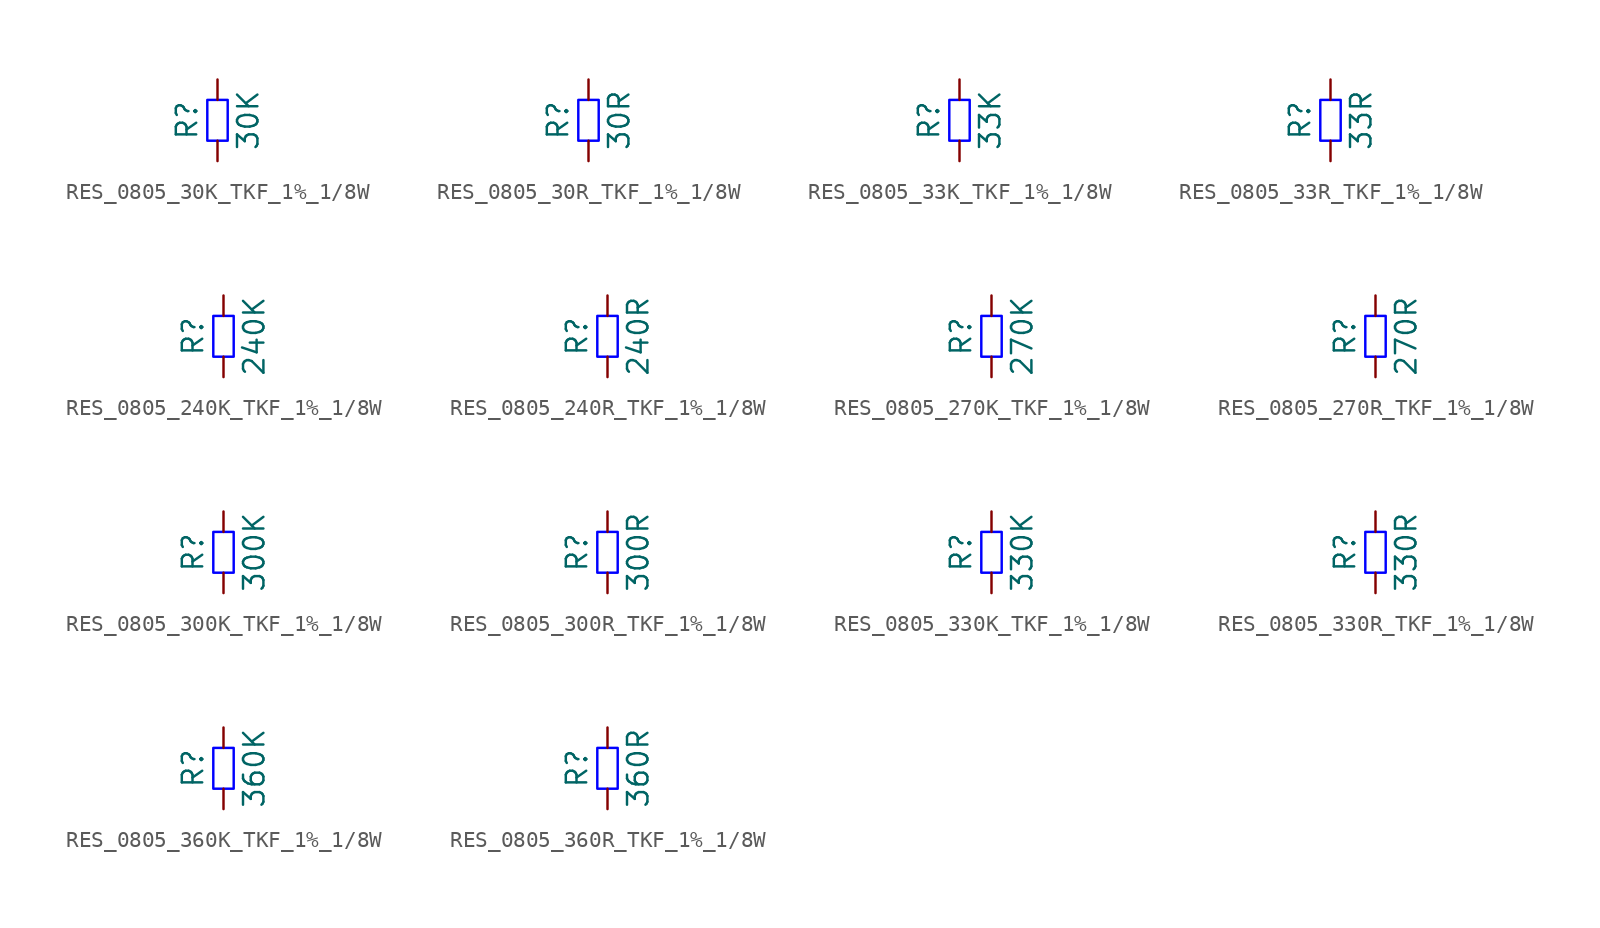
<source format=kicad_sym>
(kicad_symbol_lib
  (version 20220914)
  (generator kicad_symbol_editor)
  (symbol "RES_0805_30K_TKF_1%_1/8W"
    (pin_numbers hide)
    (pin_names
      (offset 0) hide)
    (property "Reference" "R"
      (at -1.905 0 90)
      (do_not_autoplace)
      (effects (font (size 1.27 1.27))))
    (property "Value" "30K"
      (at 1.905 0 90)
      (do_not_autoplace)
      (effects (font (size 1.27 1.27))))
    (symbol "RES_0805_30K_TKF_1%_1/8W_1_1"
      (rectangle (start -0.635 -1.27) (end 0.635 1.27) (stroke (width 0) (type solid) (color 0 0 255 1)) (fill (type none)))
      (pin passive line (at 0 -2.54 90) (length 1.27) (name "~" (effects (font (size 1.27 1.27)))) (number "1" (effects (font (size 1.27 1.27)))))
      (pin passive line (at 0 2.54 270) (length 1.27) (name "~" (effects (font (size 1.27 1.27)))) (number "2" (effects (font (size 1.27 1.27)))))))
  (symbol "RES_0805_30R_TKF_1%_1/8W"
    (pin_numbers hide)
    (pin_names
      (offset 0) hide)
    (property "Reference" "R"
      (at -1.905 0 90)
      (do_not_autoplace)
      (effects (font (size 1.27 1.27))))
    (property "Value" "30R"
      (at 1.905 0 90)
      (do_not_autoplace)
      (effects (font (size 1.27 1.27))))
    (symbol "RES_0805_30R_TKF_1%_1/8W_1_1"
      (rectangle (start -0.635 -1.27) (end 0.635 1.27) (stroke (width 0) (type solid) (color 0 0 255 1)) (fill (type none)))
      (pin passive line (at 0 -2.54 90) (length 1.27) (name "~" (effects (font (size 1.27 1.27)))) (number "1" (effects (font (size 1.27 1.27)))))
      (pin passive line (at 0 2.54 270) (length 1.27) (name "~" (effects (font (size 1.27 1.27)))) (number "2" (effects (font (size 1.27 1.27)))))))
  (symbol "RES_0805_33K_TKF_1%_1/8W"
    (pin_numbers hide)
    (pin_names
      (offset 0) hide)
    (property "Reference" "R"
      (at -1.905 0 90)
      (do_not_autoplace)
      (effects (font (size 1.27 1.27))))
    (property "Value" "33K"
      (at 1.905 0 90)
      (do_not_autoplace)
      (effects (font (size 1.27 1.27))))
    (symbol "RES_0805_33K_TKF_1%_1/8W_1_1"
      (rectangle (start -0.635 -1.27) (end 0.635 1.27) (stroke (width 0) (type solid) (color 0 0 255 1)) (fill (type none)))
      (pin passive line (at 0 -2.54 90) (length 1.27) (name "~" (effects (font (size 1.27 1.27)))) (number "1" (effects (font (size 1.27 1.27)))))
      (pin passive line (at 0 2.54 270) (length 1.27) (name "~" (effects (font (size 1.27 1.27)))) (number "2" (effects (font (size 1.27 1.27)))))))
  (symbol "RES_0805_33R_TKF_1%_1/8W"
    (pin_numbers hide)
    (pin_names
      (offset 0) hide)
    (property "Reference" "R"
      (at -1.905 0 90)
      (do_not_autoplace)
      (effects (font (size 1.27 1.27))))
    (property "Value" "33R"
      (at 1.905 0 90)
      (do_not_autoplace)
      (effects (font (size 1.27 1.27))))
    (symbol "RES_0805_33R_TKF_1%_1/8W_1_1"
      (rectangle (start -0.635 -1.27) (end 0.635 1.27) (stroke (width 0) (type solid) (color 0 0 255 1)) (fill (type none)))
      (pin passive line (at 0 -2.54 90) (length 1.27) (name "~" (effects (font (size 1.27 1.27)))) (number "1" (effects (font (size 1.27 1.27)))))
      (pin passive line (at 0 2.54 270) (length 1.27) (name "~" (effects (font (size 1.27 1.27)))) (number "2" (effects (font (size 1.27 1.27)))))))
  (symbol "RES_0805_240K_TKF_1%_1/8W"
    (pin_numbers hide)
    (pin_names
      (offset 0) hide)
    (property "Reference" "R"
      (at -1.905 0 90)
      (do_not_autoplace)
      (effects (font (size 1.27 1.27))))
    (property "Value" "240K"
      (at 1.905 0 90)
      (do_not_autoplace)
      (effects (font (size 1.27 1.27))))
    (symbol "RES_0805_240K_TKF_1%_1/8W_1_1"
      (rectangle (start -0.635 -1.27) (end 0.635 1.27) (stroke (width 0) (type solid) (color 0 0 255 1)) (fill (type none)))
      (pin passive line (at 0 -2.54 90) (length 1.27) (name "~" (effects (font (size 1.27 1.27)))) (number "1" (effects (font (size 1.27 1.27)))))
      (pin passive line (at 0 2.54 270) (length 1.27) (name "~" (effects (font (size 1.27 1.27)))) (number "2" (effects (font (size 1.27 1.27)))))))
  (symbol "RES_0805_240R_TKF_1%_1/8W"
    (pin_numbers hide)
    (pin_names
      (offset 0) hide)
    (property "Reference" "R"
      (at -1.905 0 90)
      (do_not_autoplace)
      (effects (font (size 1.27 1.27))))
    (property "Value" "240R"
      (at 1.905 0 90)
      (do_not_autoplace)
      (effects (font (size 1.27 1.27))))
    (symbol "RES_0805_240R_TKF_1%_1/8W_1_1"
      (rectangle (start -0.635 -1.27) (end 0.635 1.27) (stroke (width 0) (type solid) (color 0 0 255 1)) (fill (type none)))
      (pin passive line (at 0 -2.54 90) (length 1.27) (name "~" (effects (font (size 1.27 1.27)))) (number "1" (effects (font (size 1.27 1.27)))))
      (pin passive line (at 0 2.54 270) (length 1.27) (name "~" (effects (font (size 1.27 1.27)))) (number "2" (effects (font (size 1.27 1.27)))))))
  (symbol "RES_0805_270K_TKF_1%_1/8W"
    (pin_numbers hide)
    (pin_names
      (offset 0) hide)
    (property "Reference" "R"
      (at -1.905 0 90)
      (do_not_autoplace)
      (effects (font (size 1.27 1.27))))
    (property "Value" "270K"
      (at 1.905 0 90)
      (do_not_autoplace)
      (effects (font (size 1.27 1.27))))
    (symbol "RES_0805_270K_TKF_1%_1/8W_1_1"
      (rectangle (start -0.635 -1.27) (end 0.635 1.27) (stroke (width 0) (type solid) (color 0 0 255 1)) (fill (type none)))
      (pin passive line (at 0 -2.54 90) (length 1.27) (name "~" (effects (font (size 1.27 1.27)))) (number "1" (effects (font (size 1.27 1.27)))))
      (pin passive line (at 0 2.54 270) (length 1.27) (name "~" (effects (font (size 1.27 1.27)))) (number "2" (effects (font (size 1.27 1.27)))))))
  (symbol "RES_0805_270R_TKF_1%_1/8W"
    (pin_numbers hide)
    (pin_names
      (offset 0) hide)
    (property "Reference" "R"
      (at -1.905 0 90)
      (do_not_autoplace)
      (effects (font (size 1.27 1.27))))
    (property "Value" "270R"
      (at 1.905 0 90)
      (do_not_autoplace)
      (effects (font (size 1.27 1.27))))
    (symbol "RES_0805_270R_TKF_1%_1/8W_1_1"
      (rectangle (start -0.635 -1.27) (end 0.635 1.27) (stroke (width 0) (type solid) (color 0 0 255 1)) (fill (type none)))
      (pin passive line (at 0 -2.54 90) (length 1.27) (name "~" (effects (font (size 1.27 1.27)))) (number "1" (effects (font (size 1.27 1.27)))))
      (pin passive line (at 0 2.54 270) (length 1.27) (name "~" (effects (font (size 1.27 1.27)))) (number "2" (effects (font (size 1.27 1.27)))))))
  (symbol "RES_0805_300K_TKF_1%_1/8W"
    (pin_numbers hide)
    (pin_names
      (offset 0) hide)
    (property "Reference" "R"
      (at -1.905 0 90)
      (do_not_autoplace)
      (effects (font (size 1.27 1.27))))
    (property "Value" "300K"
      (at 1.905 0 90)
      (do_not_autoplace)
      (effects (font (size 1.27 1.27))))
    (symbol "RES_0805_300K_TKF_1%_1/8W_1_1"
      (rectangle (start -0.635 -1.27) (end 0.635 1.27) (stroke (width 0) (type solid) (color 0 0 255 1)) (fill (type none)))
      (pin passive line (at 0 -2.54 90) (length 1.27) (name "~" (effects (font (size 1.27 1.27)))) (number "1" (effects (font (size 1.27 1.27)))))
      (pin passive line (at 0 2.54 270) (length 1.27) (name "~" (effects (font (size 1.27 1.27)))) (number "2" (effects (font (size 1.27 1.27)))))))
  (symbol "RES_0805_300R_TKF_1%_1/8W"
    (pin_numbers hide)
    (pin_names
      (offset 0) hide)
    (property "Reference" "R"
      (at -1.905 0 90)
      (do_not_autoplace)
      (effects (font (size 1.27 1.27))))
    (property "Value" "300R"
      (at 1.905 0 90)
      (do_not_autoplace)
      (effects (font (size 1.27 1.27))))
    (symbol "RES_0805_300R_TKF_1%_1/8W_1_1"
      (rectangle (start -0.635 -1.27) (end 0.635 1.27) (stroke (width 0) (type solid) (color 0 0 255 1)) (fill (type none)))
      (pin passive line (at 0 -2.54 90) (length 1.27) (name "~" (effects (font (size 1.27 1.27)))) (number "1" (effects (font (size 1.27 1.27)))))
      (pin passive line (at 0 2.54 270) (length 1.27) (name "~" (effects (font (size 1.27 1.27)))) (number "2" (effects (font (size 1.27 1.27)))))))
  (symbol "RES_0805_330K_TKF_1%_1/8W"
    (pin_numbers hide)
    (pin_names
      (offset 0) hide)
    (property "Reference" "R"
      (at -1.905 0 90)
      (do_not_autoplace)
      (effects (font (size 1.27 1.27))))
    (property "Value" "330K"
      (at 1.905 0 90)
      (do_not_autoplace)
      (effects (font (size 1.27 1.27))))
    (symbol "RES_0805_330K_TKF_1%_1/8W_1_1"
      (rectangle (start -0.635 -1.27) (end 0.635 1.27) (stroke (width 0) (type solid) (color 0 0 255 1)) (fill (type none)))
      (pin passive line (at 0 -2.54 90) (length 1.27) (name "~" (effects (font (size 1.27 1.27)))) (number "1" (effects (font (size 1.27 1.27)))))
      (pin passive line (at 0 2.54 270) (length 1.27) (name "~" (effects (font (size 1.27 1.27)))) (number "2" (effects (font (size 1.27 1.27)))))))
  (symbol "RES_0805_330R_TKF_1%_1/8W"
    (pin_numbers hide)
    (pin_names
      (offset 0) hide)
    (property "Reference" "R"
      (at -1.905 0 90)
      (do_not_autoplace)
      (effects (font (size 1.27 1.27))))
    (property "Value" "330R"
      (at 1.905 0 90)
      (do_not_autoplace)
      (effects (font (size 1.27 1.27))))
    (symbol "RES_0805_330R_TKF_1%_1/8W_1_1"
      (rectangle (start -0.635 -1.27) (end 0.635 1.27) (stroke (width 0) (type solid) (color 0 0 255 1)) (fill (type none)))
      (pin passive line (at 0 -2.54 90) (length 1.27) (name "~" (effects (font (size 1.27 1.27)))) (number "1" (effects (font (size 1.27 1.27)))))
      (pin passive line (at 0 2.54 270) (length 1.27) (name "~" (effects (font (size 1.27 1.27)))) (number "2" (effects (font (size 1.27 1.27)))))))
  (symbol "RES_0805_360K_TKF_1%_1/8W"
    (pin_numbers hide)
    (pin_names
      (offset 0) hide)
    (property "Reference" "R"
      (at -1.905 0 90)
      (do_not_autoplace)
      (effects (font (size 1.27 1.27))))
    (property "Value" "360K"
      (at 1.905 0 90)
      (do_not_autoplace)
      (effects (font (size 1.27 1.27))))
    (symbol "RES_0805_360K_TKF_1%_1/8W_1_1"
      (rectangle (start -0.635 -1.27) (end 0.635 1.27) (stroke (width 0) (type solid) (color 0 0 255 1)) (fill (type none)))
      (pin passive line (at 0 -2.54 90) (length 1.27) (name "~" (effects (font (size 1.27 1.27)))) (number "1" (effects (font (size 1.27 1.27)))))
      (pin passive line (at 0 2.54 270) (length 1.27) (name "~" (effects (font (size 1.27 1.27)))) (number "2" (effects (font (size 1.27 1.27)))))))
  (symbol "RES_0805_360R_TKF_1%_1/8W"
    (pin_numbers hide)
    (pin_names
      (offset 0) hide)
    (property "Reference" "R"
      (at -1.905 0 90)
      (do_not_autoplace)
      (effects (font (size 1.27 1.27))))
    (property "Value" "360R"
      (at 1.905 0 90)
      (do_not_autoplace)
      (effects (font (size 1.27 1.27))))
    (symbol "RES_0805_360R_TKF_1%_1/8W_1_1"
      (rectangle (start -0.635 -1.27) (end 0.635 1.27) (stroke (width 0) (type solid) (color 0 0 255 1)) (fill (type none)))
      (pin passive line (at 0 -2.54 90) (length 1.27) (name "~" (effects (font (size 1.27 1.27)))) (number "1" (effects (font (size 1.27 1.27)))))
      (pin passive line (at 0 2.54 270) (length 1.27) (name "~" (effects (font (size 1.27 1.27)))) (number "2" (effects (font (size 1.27 1.27))))))))
</source>
